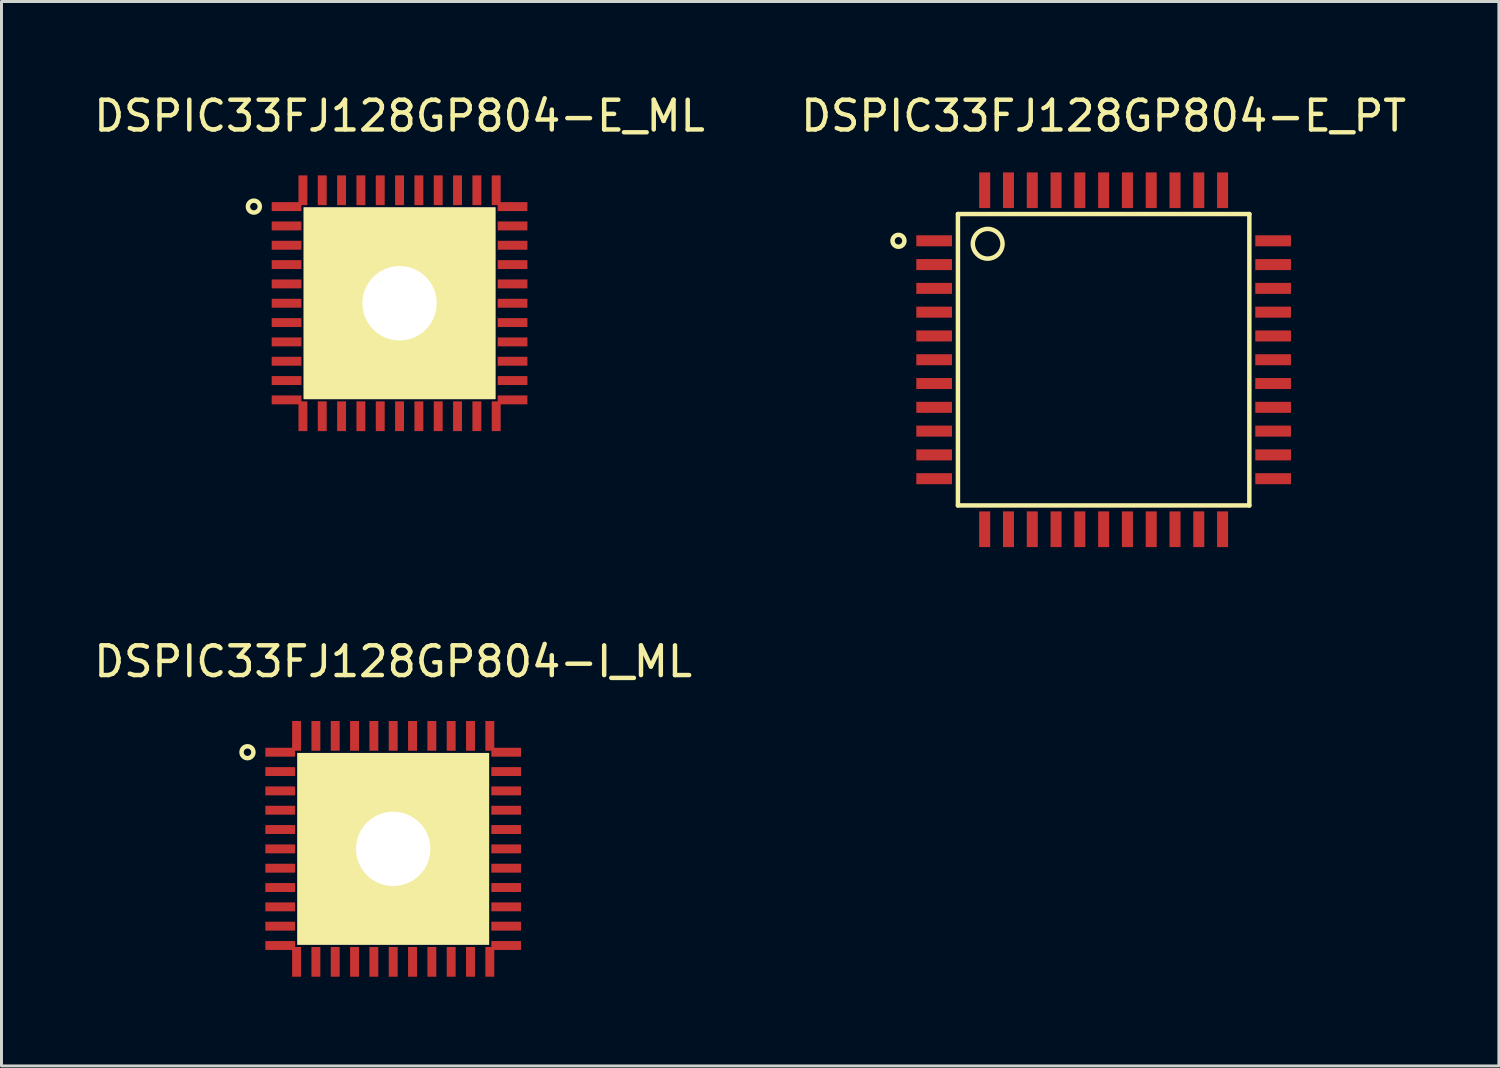
<source format=kicad_pcb>
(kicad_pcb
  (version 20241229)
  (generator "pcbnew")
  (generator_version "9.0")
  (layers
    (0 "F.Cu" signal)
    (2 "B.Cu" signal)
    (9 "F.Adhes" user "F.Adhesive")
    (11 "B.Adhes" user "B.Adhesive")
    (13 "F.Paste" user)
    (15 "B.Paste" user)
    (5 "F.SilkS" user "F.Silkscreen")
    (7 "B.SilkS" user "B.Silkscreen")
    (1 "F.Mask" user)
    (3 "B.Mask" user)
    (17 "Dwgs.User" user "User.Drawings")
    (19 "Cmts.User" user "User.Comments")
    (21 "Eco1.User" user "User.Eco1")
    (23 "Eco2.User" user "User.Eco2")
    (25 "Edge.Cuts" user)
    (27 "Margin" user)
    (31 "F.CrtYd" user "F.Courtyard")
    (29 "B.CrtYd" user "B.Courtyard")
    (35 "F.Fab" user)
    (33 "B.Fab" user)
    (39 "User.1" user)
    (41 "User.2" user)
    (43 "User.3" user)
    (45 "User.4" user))
  (footprint "DSPIC33FJ128GP804-E_ML"
    (layer "F.Cu")
    (at 6.587 3.348)
    (property "Reference" "DSPIC33FJ128GP804-E_ML" (at 3.8 -2.5 0) (layer "F.SilkS") (effects (font (size 1 1) (thickness 0.15))))
    (attr through_hole)
    (fp_line (start 0.7 0.7) (end 0.7 6.9) (stroke (width 0.15) (type solid)) (layer "F.SilkS"))
    (fp_line (start 0.7 0.7) (end 6.9 0.7) (stroke (width 0.15) (type solid)) (layer "F.SilkS"))
    (fp_line (start 0.7 6.9) (end 6.9 6.9) (stroke (width 0.15) (type solid)) (layer "F.SilkS"))
    (fp_line (start 6.9 6.9) (end 6.9 0.7) (stroke (width 0.15) (type solid)) (layer "F.SilkS"))
    (fp_circle (center -1.1 0.55) (end -1.1 0.35) (stroke (width 0.15) (type solid)) (fill no) (layer "F.SilkS"))
    (fp_circle (center 1.7 1.7) (end 1.7 1.2) (stroke (width 0.15) (type solid)) (fill no) (layer "F.SilkS"))
    (pad "1" smd rect (at 0 0.55) (size 1 0.3) (layers "F.Cu" "F.Mask" "F.Paste"))
    (pad "2" smd rect (at 0 1.2) (size 1 0.3) (layers "F.Cu" "F.Mask" "F.Paste"))
    (pad "3" smd rect (at 0 1.85) (size 1 0.3) (layers "F.Cu" "F.Mask" "F.Paste"))
    (pad "4" smd rect (at 0 2.5) (size 1 0.3) (layers "F.Cu" "F.Mask" "F.Paste"))
    (pad "5" smd rect (at 0 3.15) (size 1 0.3) (layers "F.Cu" "F.Mask" "F.Paste"))
    (pad "6" smd rect (at 0 3.8) (size 1 0.3) (layers "F.Cu" "F.Mask" "F.Paste"))
    (pad "7" smd rect (at 0 4.45) (size 1 0.3) (layers "F.Cu" "F.Mask" "F.Paste"))
    (pad "8" smd rect (at 0 5.1) (size 1 0.3) (layers "F.Cu" "F.Mask" "F.Paste"))
    (pad "9" smd rect (at 0 5.75) (size 1 0.3) (layers "F.Cu" "F.Mask" "F.Paste"))
    (pad "10" smd rect (at 0 6.4) (size 1 0.3) (layers "F.Cu" "F.Mask" "F.Paste"))
    (pad "11" smd rect (at 0 7.05) (size 1 0.3) (layers "F.Cu" "F.Mask" "F.Paste"))
    (pad "12" smd rect (at 0.55 7.6) (size 0.3 1) (layers "F.Cu" "F.Mask" "F.Paste"))
    (pad "13" smd rect (at 1.2 7.6) (size 0.3 1) (layers "F.Cu" "F.Mask" "F.Paste"))
    (pad "14" smd rect (at 1.85 7.6) (size 0.3 1) (layers "F.Cu" "F.Mask" "F.Paste"))
    (pad "15" smd rect (at 2.5 7.6) (size 0.3 1) (layers "F.Cu" "F.Mask" "F.Paste"))
    (pad "16" smd rect (at 3.15 7.6) (size 0.3 1) (layers "F.Cu" "F.Mask" "F.Paste"))
    (pad "17" smd rect (at 3.8 7.6) (size 0.3 1) (layers "F.Cu" "F.Mask" "F.Paste"))
    (pad "18" smd rect (at 4.45 7.6) (size 0.3 1) (layers "F.Cu" "F.Mask" "F.Paste"))
    (pad "19" smd rect (at 5.1 7.6) (size 0.3 1) (layers "F.Cu" "F.Mask" "F.Paste"))
    (pad "20" smd rect (at 5.75 7.6) (size 0.3 1) (layers "F.Cu" "F.Mask" "F.Paste"))
    (pad "21" smd rect (at 6.4 7.6) (size 0.3 1) (layers "F.Cu" "F.Mask" "F.Paste"))
    (pad "22" smd rect (at 7.05 7.6) (size 0.3 1) (layers "F.Cu" "F.Mask" "F.Paste"))
    (pad "23" smd rect (at 7.6 7.05) (size 1 0.3) (layers "F.Cu" "F.Mask" "F.Paste"))
    (pad "24" smd rect (at 7.6 6.4) (size 1 0.3) (layers "F.Cu" "F.Mask" "F.Paste"))
    (pad "25" smd rect (at 7.6 5.75) (size 1 0.3) (layers "F.Cu" "F.Mask" "F.Paste"))
    (pad "26" smd rect (at 7.6 5.1) (size 1 0.3) (layers "F.Cu" "F.Mask" "F.Paste"))
    (pad "27" smd rect (at 7.6 4.45) (size 1 0.3) (layers "F.Cu" "F.Mask" "F.Paste"))
    (pad "28" smd rect (at 7.6 3.8) (size 1 0.3) (layers "F.Cu" "F.Mask" "F.Paste"))
    (pad "29" smd rect (at 7.6 3.15) (size 1 0.3) (layers "F.Cu" "F.Mask" "F.Paste"))
    (pad "30" smd rect (at 7.6 2.5) (size 1 0.3) (layers "F.Cu" "F.Mask" "F.Paste"))
    (pad "31" smd rect (at 7.6 1.85) (size 1 0.3) (layers "F.Cu" "F.Mask" "F.Paste"))
    (pad "32" smd rect (at 7.6 1.2) (size 1 0.3) (layers "F.Cu" "F.Mask" "F.Paste"))
    (pad "33" smd rect (at 7.6 0.55) (size 1 0.3) (layers "F.Cu" "F.Mask" "F.Paste"))
    (pad "34" smd rect (at 7.05 0) (size 0.3 1) (layers "F.Cu" "F.Mask" "F.Paste"))
    (pad "35" smd rect (at 6.4 0) (size 0.3 1) (layers "F.Cu" "F.Mask" "F.Paste"))
    (pad "36" smd rect (at 5.75 0) (size 0.3 1) (layers "F.Cu" "F.Mask" "F.Paste"))
    (pad "37" smd rect (at 5.1 0) (size 0.3 1) (layers "F.Cu" "F.Mask" "F.Paste"))
    (pad "38" smd rect (at 4.45 0) (size 0.3 1) (layers "F.Cu" "F.Mask" "F.Paste"))
    (pad "39" smd rect (at 3.8 0) (size 0.3 1) (layers "F.Cu" "F.Mask" "F.Paste"))
    (pad "40" smd rect (at 3.15 0) (size 0.3 1) (layers "F.Cu" "F.Mask" "F.Paste"))
    (pad "41" smd rect (at 2.5 0) (size 0.3 1) (layers "F.Cu" "F.Mask" "F.Paste"))
    (pad "42" smd rect (at 1.85 0) (size 0.3 1) (layers "F.Cu" "F.Mask" "F.Paste"))
    (pad "43" smd rect (at 1.2 0) (size 0.3 1) (layers "F.Cu" "F.Mask" "F.Paste"))
    (pad "44" smd rect (at 0.55 0) (size 0.3 1) (layers "F.Cu" "F.Mask" "F.Paste"))
    (pad "999" thru_hole rect (at 3.8 3.8) (size 6.45 6.45) (drill 2.5) (layers "*.Cu" "*.Mask" "F.SilkS")))
  (footprint "DSPIC33FJ128GP804-E_PT"
    (layer "F.Cu")
    (at 28.365 3.348)
    (property "Reference" "DSPIC33FJ128GP804-E_PT" (at 5.7 -2.5 0) (layer "F.SilkS") (effects (font (size 1 1) (thickness 0.15))))
    (attr through_hole)
    (fp_line (start 0.8 0.8) (end 0.8 10.6) (stroke (width 0.15) (type solid)) (layer "F.SilkS"))
    (fp_line (start 0.8 0.8) (end 10.6 0.8) (stroke (width 0.15) (type solid)) (layer "F.SilkS"))
    (fp_line (start 0.8 10.6) (end 10.6 10.6) (stroke (width 0.15) (type solid)) (layer "F.SilkS"))
    (fp_line (start 10.6 10.6) (end 10.6 0.8) (stroke (width 0.15) (type solid)) (layer "F.SilkS"))
    (fp_circle (center -1.2 1.7) (end -1.2 1.5) (stroke (width 0.15) (type solid)) (fill no) (layer "F.SilkS"))
    (fp_circle (center 1.8 1.8) (end 1.8 1.3) (stroke (width 0.15) (type solid)) (fill no) (layer "F.SilkS"))
    (pad "1" smd rect (at 0 1.7) (size 1.2 0.37) (layers "F.Cu" "F.Mask" "F.Paste"))
    (pad "2" smd rect (at 0 2.5) (size 1.2 0.37) (layers "F.Cu" "F.Mask" "F.Paste"))
    (pad "3" smd rect (at 0 3.3) (size 1.2 0.37) (layers "F.Cu" "F.Mask" "F.Paste"))
    (pad "4" smd rect (at 0 4.1) (size 1.2 0.37) (layers "F.Cu" "F.Mask" "F.Paste"))
    (pad "5" smd rect (at 0 4.9) (size 1.2 0.37) (layers "F.Cu" "F.Mask" "F.Paste"))
    (pad "6" smd rect (at 0 5.7) (size 1.2 0.37) (layers "F.Cu" "F.Mask" "F.Paste"))
    (pad "7" smd rect (at 0 6.5) (size 1.2 0.37) (layers "F.Cu" "F.Mask" "F.Paste"))
    (pad "8" smd rect (at 0 7.3) (size 1.2 0.37) (layers "F.Cu" "F.Mask" "F.Paste"))
    (pad "9" smd rect (at 0 8.1) (size 1.2 0.37) (layers "F.Cu" "F.Mask" "F.Paste"))
    (pad "10" smd rect (at 0 8.9) (size 1.2 0.37) (layers "F.Cu" "F.Mask" "F.Paste"))
    (pad "11" smd rect (at 0 9.7) (size 1.2 0.37) (layers "F.Cu" "F.Mask" "F.Paste"))
    (pad "12" smd rect (at 1.7 11.4) (size 0.37 1.2) (layers "F.Cu" "F.Mask" "F.Paste"))
    (pad "13" smd rect (at 2.5 11.4) (size 0.37 1.2) (layers "F.Cu" "F.Mask" "F.Paste"))
    (pad "14" smd rect (at 3.3 11.4) (size 0.37 1.2) (layers "F.Cu" "F.Mask" "F.Paste"))
    (pad "15" smd rect (at 4.1 11.4) (size 0.37 1.2) (layers "F.Cu" "F.Mask" "F.Paste"))
    (pad "16" smd rect (at 4.9 11.4) (size 0.37 1.2) (layers "F.Cu" "F.Mask" "F.Paste"))
    (pad "17" smd rect (at 5.7 11.4) (size 0.37 1.2) (layers "F.Cu" "F.Mask" "F.Paste"))
    (pad "18" smd rect (at 6.5 11.4) (size 0.37 1.2) (layers "F.Cu" "F.Mask" "F.Paste"))
    (pad "19" smd rect (at 7.3 11.4) (size 0.37 1.2) (layers "F.Cu" "F.Mask" "F.Paste"))
    (pad "20" smd rect (at 8.1 11.4) (size 0.37 1.2) (layers "F.Cu" "F.Mask" "F.Paste"))
    (pad "21" smd rect (at 8.9 11.4) (size 0.37 1.2) (layers "F.Cu" "F.Mask" "F.Paste"))
    (pad "22" smd rect (at 9.7 11.4) (size 0.37 1.2) (layers "F.Cu" "F.Mask" "F.Paste"))
    (pad "23" smd rect (at 11.4 9.7) (size 1.2 0.37) (layers "F.Cu" "F.Mask" "F.Paste"))
    (pad "24" smd rect (at 11.4 8.9) (size 1.2 0.37) (layers "F.Cu" "F.Mask" "F.Paste"))
    (pad "25" smd rect (at 11.4 8.1) (size 1.2 0.37) (layers "F.Cu" "F.Mask" "F.Paste"))
    (pad "26" smd rect (at 11.4 7.3) (size 1.2 0.37) (layers "F.Cu" "F.Mask" "F.Paste"))
    (pad "27" smd rect (at 11.4 6.5) (size 1.2 0.37) (layers "F.Cu" "F.Mask" "F.Paste"))
    (pad "28" smd rect (at 11.4 5.7) (size 1.2 0.37) (layers "F.Cu" "F.Mask" "F.Paste"))
    (pad "29" smd rect (at 11.4 4.9) (size 1.2 0.37) (layers "F.Cu" "F.Mask" "F.Paste"))
    (pad "30" smd rect (at 11.4 4.1) (size 1.2 0.37) (layers "F.Cu" "F.Mask" "F.Paste"))
    (pad "31" smd rect (at 11.4 3.3) (size 1.2 0.37) (layers "F.Cu" "F.Mask" "F.Paste"))
    (pad "32" smd rect (at 11.4 2.5) (size 1.2 0.37) (layers "F.Cu" "F.Mask" "F.Paste"))
    (pad "33" smd rect (at 11.4 1.7) (size 1.2 0.37) (layers "F.Cu" "F.Mask" "F.Paste"))
    (pad "34" smd rect (at 9.7 0) (size 0.37 1.2) (layers "F.Cu" "F.Mask" "F.Paste"))
    (pad "35" smd rect (at 8.9 0) (size 0.37 1.2) (layers "F.Cu" "F.Mask" "F.Paste"))
    (pad "36" smd rect (at 8.1 0) (size 0.37 1.2) (layers "F.Cu" "F.Mask" "F.Paste"))
    (pad "37" smd rect (at 7.3 0) (size 0.37 1.2) (layers "F.Cu" "F.Mask" "F.Paste"))
    (pad "38" smd rect (at 6.5 0) (size 0.37 1.2) (layers "F.Cu" "F.Mask" "F.Paste"))
    (pad "39" smd rect (at 5.7 0) (size 0.37 1.2) (layers "F.Cu" "F.Mask" "F.Paste"))
    (pad "40" smd rect (at 4.9 0) (size 0.37 1.2) (layers "F.Cu" "F.Mask" "F.Paste"))
    (pad "41" smd rect (at 4.1 0) (size 0.37 1.2) (layers "F.Cu" "F.Mask" "F.Paste"))
    (pad "42" smd rect (at 3.3 0) (size 0.37 1.2) (layers "F.Cu" "F.Mask" "F.Paste"))
    (pad "43" smd rect (at 2.5 0) (size 0.37 1.2) (layers "F.Cu" "F.Mask" "F.Paste"))
    (pad "44" smd rect (at 1.7 0) (size 0.37 1.2) (layers "F.Cu" "F.Mask" "F.Paste")))
  (footprint "DSPIC33FJ128GP804-I_ML"
    (layer "F.Cu")
    (at 6.373 21.697)
    (property "Reference" "DSPIC33FJ128GP804-I_ML" (at 3.8 -2.5 0) (layer "F.SilkS") (effects (font (size 1 1) (thickness 0.15))))
    (attr through_hole)
    (fp_line (start 0.7 0.7) (end 0.7 6.9) (stroke (width 0.15) (type solid)) (layer "F.SilkS"))
    (fp_line (start 0.7 0.7) (end 6.9 0.7) (stroke (width 0.15) (type solid)) (layer "F.SilkS"))
    (fp_line (start 0.7 6.9) (end 6.9 6.9) (stroke (width 0.15) (type solid)) (layer "F.SilkS"))
    (fp_line (start 6.9 6.9) (end 6.9 0.7) (stroke (width 0.15) (type solid)) (layer "F.SilkS"))
    (fp_circle (center -1.1 0.55) (end -1.1 0.35) (stroke (width 0.15) (type solid)) (fill no) (layer "F.SilkS"))
    (fp_circle (center 1.7 1.7) (end 1.7 1.2) (stroke (width 0.15) (type solid)) (fill no) (layer "F.SilkS"))
    (pad "1" smd rect (at 0 0.55) (size 1 0.3) (layers "F.Cu" "F.Mask" "F.Paste"))
    (pad "2" smd rect (at 0 1.2) (size 1 0.3) (layers "F.Cu" "F.Mask" "F.Paste"))
    (pad "3" smd rect (at 0 1.85) (size 1 0.3) (layers "F.Cu" "F.Mask" "F.Paste"))
    (pad "4" smd rect (at 0 2.5) (size 1 0.3) (layers "F.Cu" "F.Mask" "F.Paste"))
    (pad "5" smd rect (at 0 3.15) (size 1 0.3) (layers "F.Cu" "F.Mask" "F.Paste"))
    (pad "6" smd rect (at 0 3.8) (size 1 0.3) (layers "F.Cu" "F.Mask" "F.Paste"))
    (pad "7" smd rect (at 0 4.45) (size 1 0.3) (layers "F.Cu" "F.Mask" "F.Paste"))
    (pad "8" smd rect (at 0 5.1) (size 1 0.3) (layers "F.Cu" "F.Mask" "F.Paste"))
    (pad "9" smd rect (at 0 5.75) (size 1 0.3) (layers "F.Cu" "F.Mask" "F.Paste"))
    (pad "10" smd rect (at 0 6.4) (size 1 0.3) (layers "F.Cu" "F.Mask" "F.Paste"))
    (pad "11" smd rect (at 0 7.05) (size 1 0.3) (layers "F.Cu" "F.Mask" "F.Paste"))
    (pad "12" smd rect (at 0.55 7.6) (size 0.3 1) (layers "F.Cu" "F.Mask" "F.Paste"))
    (pad "13" smd rect (at 1.2 7.6) (size 0.3 1) (layers "F.Cu" "F.Mask" "F.Paste"))
    (pad "14" smd rect (at 1.85 7.6) (size 0.3 1) (layers "F.Cu" "F.Mask" "F.Paste"))
    (pad "15" smd rect (at 2.5 7.6) (size 0.3 1) (layers "F.Cu" "F.Mask" "F.Paste"))
    (pad "16" smd rect (at 3.15 7.6) (size 0.3 1) (layers "F.Cu" "F.Mask" "F.Paste"))
    (pad "17" smd rect (at 3.8 7.6) (size 0.3 1) (layers "F.Cu" "F.Mask" "F.Paste"))
    (pad "18" smd rect (at 4.45 7.6) (size 0.3 1) (layers "F.Cu" "F.Mask" "F.Paste"))
    (pad "19" smd rect (at 5.1 7.6) (size 0.3 1) (layers "F.Cu" "F.Mask" "F.Paste"))
    (pad "20" smd rect (at 5.75 7.6) (size 0.3 1) (layers "F.Cu" "F.Mask" "F.Paste"))
    (pad "21" smd rect (at 6.4 7.6) (size 0.3 1) (layers "F.Cu" "F.Mask" "F.Paste"))
    (pad "22" smd rect (at 7.05 7.6) (size 0.3 1) (layers "F.Cu" "F.Mask" "F.Paste"))
    (pad "23" smd rect (at 7.6 7.05) (size 1 0.3) (layers "F.Cu" "F.Mask" "F.Paste"))
    (pad "24" smd rect (at 7.6 6.4) (size 1 0.3) (layers "F.Cu" "F.Mask" "F.Paste"))
    (pad "25" smd rect (at 7.6 5.75) (size 1 0.3) (layers "F.Cu" "F.Mask" "F.Paste"))
    (pad "26" smd rect (at 7.6 5.1) (size 1 0.3) (layers "F.Cu" "F.Mask" "F.Paste"))
    (pad "27" smd rect (at 7.6 4.45) (size 1 0.3) (layers "F.Cu" "F.Mask" "F.Paste"))
    (pad "28" smd rect (at 7.6 3.8) (size 1 0.3) (layers "F.Cu" "F.Mask" "F.Paste"))
    (pad "29" smd rect (at 7.6 3.15) (size 1 0.3) (layers "F.Cu" "F.Mask" "F.Paste"))
    (pad "30" smd rect (at 7.6 2.5) (size 1 0.3) (layers "F.Cu" "F.Mask" "F.Paste"))
    (pad "31" smd rect (at 7.6 1.85) (size 1 0.3) (layers "F.Cu" "F.Mask" "F.Paste"))
    (pad "32" smd rect (at 7.6 1.2) (size 1 0.3) (layers "F.Cu" "F.Mask" "F.Paste"))
    (pad "33" smd rect (at 7.6 0.55) (size 1 0.3) (layers "F.Cu" "F.Mask" "F.Paste"))
    (pad "34" smd rect (at 7.05 0) (size 0.3 1) (layers "F.Cu" "F.Mask" "F.Paste"))
    (pad "35" smd rect (at 6.4 0) (size 0.3 1) (layers "F.Cu" "F.Mask" "F.Paste"))
    (pad "36" smd rect (at 5.75 0) (size 0.3 1) (layers "F.Cu" "F.Mask" "F.Paste"))
    (pad "37" smd rect (at 5.1 0) (size 0.3 1) (layers "F.Cu" "F.Mask" "F.Paste"))
    (pad "38" smd rect (at 4.45 0) (size 0.3 1) (layers "F.Cu" "F.Mask" "F.Paste"))
    (pad "39" smd rect (at 3.8 0) (size 0.3 1) (layers "F.Cu" "F.Mask" "F.Paste"))
    (pad "40" smd rect (at 3.15 0) (size 0.3 1) (layers "F.Cu" "F.Mask" "F.Paste"))
    (pad "41" smd rect (at 2.5 0) (size 0.3 1) (layers "F.Cu" "F.Mask" "F.Paste"))
    (pad "42" smd rect (at 1.85 0) (size 0.3 1) (layers "F.Cu" "F.Mask" "F.Paste"))
    (pad "43" smd rect (at 1.2 0) (size 0.3 1) (layers "F.Cu" "F.Mask" "F.Paste"))
    (pad "44" smd rect (at 0.55 0) (size 0.3 1) (layers "F.Cu" "F.Mask" "F.Paste"))
    (pad "999" thru_hole rect (at 3.8 3.8) (size 6.45 6.45) (drill 2.5) (layers "*.Cu" "*.Mask" "F.SilkS")))
  (gr_rect
    (start -3 -3)
    (end 47.357 32.797)
    (stroke (width 0.1) (type default))
    (fill no)
    (layer "Edge.Cuts")))
</source>
